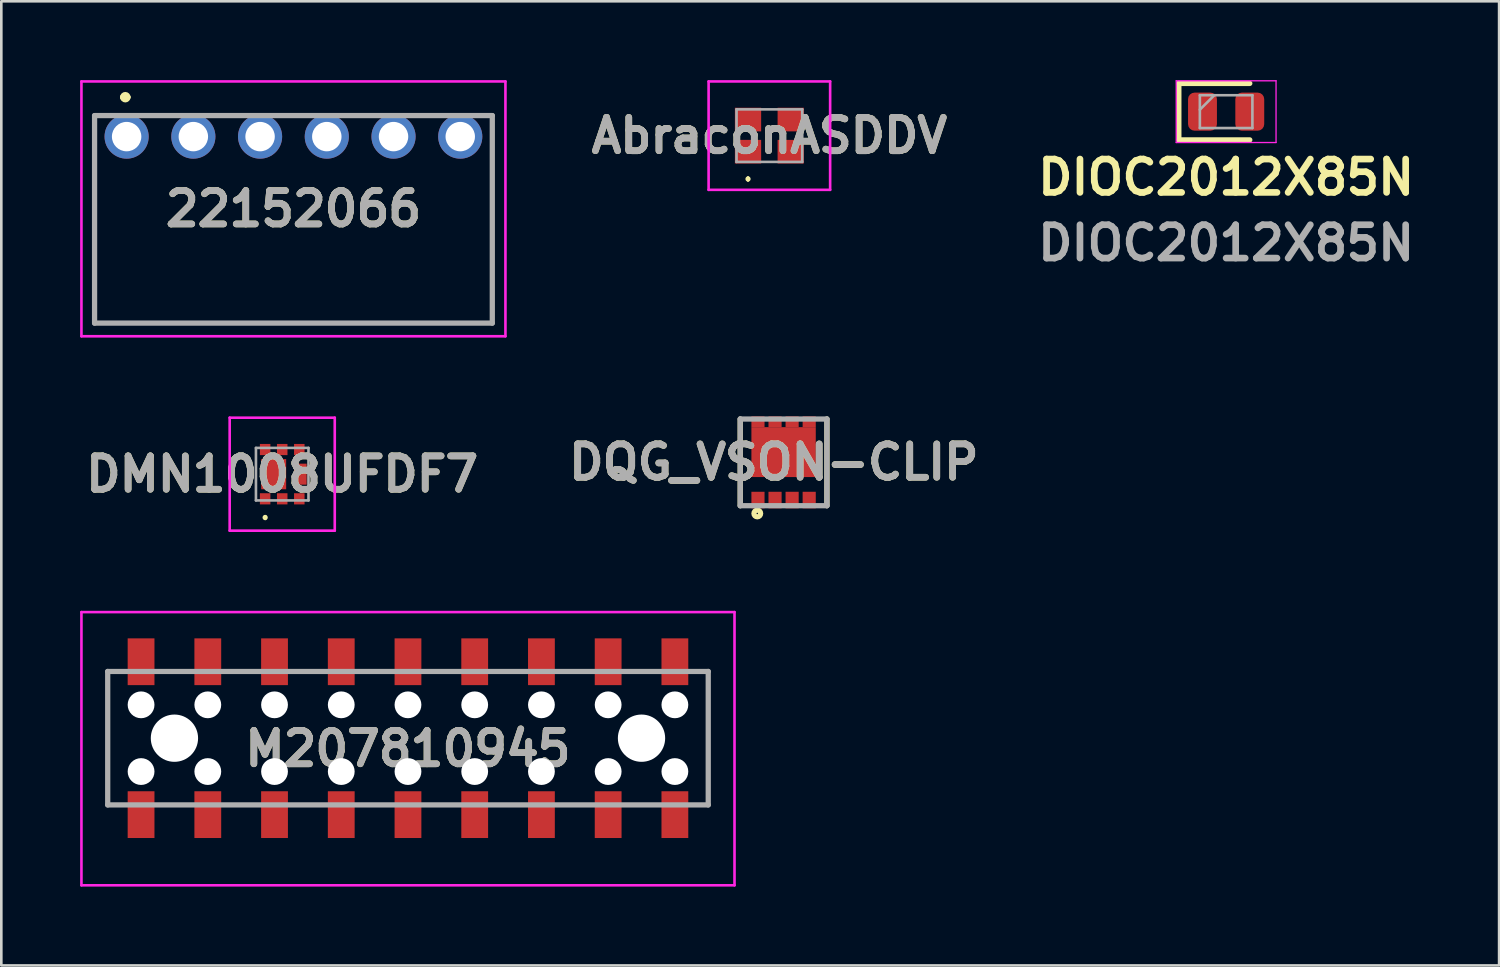
<source format=kicad_pcb>
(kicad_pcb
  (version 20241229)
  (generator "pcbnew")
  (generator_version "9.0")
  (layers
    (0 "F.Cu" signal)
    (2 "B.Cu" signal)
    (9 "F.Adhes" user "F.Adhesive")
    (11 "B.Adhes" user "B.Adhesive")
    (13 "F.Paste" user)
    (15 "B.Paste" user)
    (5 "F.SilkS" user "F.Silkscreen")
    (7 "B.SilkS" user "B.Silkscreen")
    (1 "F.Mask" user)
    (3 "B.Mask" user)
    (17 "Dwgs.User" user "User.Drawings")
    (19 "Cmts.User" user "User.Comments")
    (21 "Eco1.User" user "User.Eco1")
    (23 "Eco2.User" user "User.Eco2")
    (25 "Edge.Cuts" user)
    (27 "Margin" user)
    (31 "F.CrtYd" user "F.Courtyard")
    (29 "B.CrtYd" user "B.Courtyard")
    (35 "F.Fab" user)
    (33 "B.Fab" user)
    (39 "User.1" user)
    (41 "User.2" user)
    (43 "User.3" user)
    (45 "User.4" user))
  (footprint "DMN1008UFDF7"
    (layer "F.Cu")
    (at 7.693 15)
    (property "Reference" "DMN1008UFDF7" (at 0 0 0) (layer "F.SilkS") (effects (font (size 1.27 1.27) (thickness 0.254))))
    (attr smd)
    (fp_line (start -0.65 1.6) (end -0.65 1.6) (stroke (width 0.1) (type solid)) (layer "F.SilkS"))
    (fp_line (start -0.65 1.7) (end -0.65 1.7) (stroke (width 0.1) (type solid)) (layer "F.SilkS"))
    (fp_arc (start -0.65 1.6) (mid -0.6 1.65) (end -0.65 1.7) (stroke (width 0.1) (type solid)) (layer "F.SilkS"))
    (fp_arc (start -0.65 1.7) (mid -0.7 1.65) (end -0.65 1.6) (stroke (width 0.1) (type solid)) (layer "F.SilkS"))
    (fp_line (start -2 -2.15) (end 2 -2.15) (stroke (width 0.1) (type solid)) (layer "F.CrtYd"))
    (fp_line (start -2 2.15) (end -2 -2.15) (stroke (width 0.1) (type solid)) (layer "F.CrtYd"))
    (fp_line (start 2 -2.15) (end 2 2.15) (stroke (width 0.1) (type solid)) (layer "F.CrtYd"))
    (fp_line (start 2 2.15) (end -2 2.15) (stroke (width 0.1) (type solid)) (layer "F.CrtYd"))
    (fp_line (start -1 -1) (end 1 -1) (stroke (width 0.1) (type solid)) (layer "F.Fab"))
    (fp_line (start -1 1) (end -1 -1) (stroke (width 0.1) (type solid)) (layer "F.Fab"))
    (fp_line (start 1 -1) (end 1 1) (stroke (width 0.1) (type solid)) (layer "F.Fab"))
    (fp_line (start 1 1) (end -1 1) (stroke (width 0.1) (type solid)) (layer "F.Fab"))
    (fp_text user "${REFERENCE}" (at 0 0 0) (layer "F.Fab") (effects (font (size 1.27 1.27) (thickness 0.254))))
    (pad "1" smd rect (at -0.65 0.938) (size 0.4 0.425) (layers "F.Cu" "F.Mask" "F.Paste"))
    (pad "2" smd rect (at 0 0.938) (size 0.4 0.425) (layers "F.Cu" "F.Mask" "F.Paste"))
    (pad "3" smd rect (at 0.65 0.938) (size 0.4 0.425) (layers "F.Cu" "F.Mask" "F.Paste"))
    (pad "4" smd rect (at 0.65 -0.938) (size 0.4 0.425) (layers "F.Cu" "F.Mask" "F.Paste"))
    (pad "5" smd rect (at 0 -0.938) (size 0.4 0.425) (layers "F.Cu" "F.Mask" "F.Paste"))
    (pad "6" smd rect (at -0.65 -0.938) (size 0.4 0.425) (layers "F.Cu" "F.Mask" "F.Paste"))
    (pad "7" smd rect (at -0.325 0) (size 0.95 1.15) (layers "F.Cu" "F.Mask" "F.Paste"))
    (pad "8" smd rect (at 0.69 0) (size 0.48 0.8) (layers "F.Cu" "F.Mask" "F.Paste")))
  (footprint "DQG_VSON-CLIP"
    (layer "F.Cu")
    (at 26.778 14.55)
    (property "Reference" "DQG_VSON-CLIP" (at -0.368 -0.007 0) (layer "F.SilkS") (effects (font (size 1.27 1.27) (thickness 0.254))))
    (attr smd)
    (fp_line (start -1.65 -1.65) (end -1.65 1.65) (stroke (width 0.2) (type solid)) (layer "F.SilkS"))
    (fp_line (start 1.65 1.65) (end 1.65 -1.65) (stroke (width 0.2) (type solid)) (layer "F.SilkS"))
    (fp_circle (center -1.001 1.946) (end -1.001 1.973) (stroke (width 0.2) (type solid)) (fill no) (layer "F.SilkS"))
    (fp_line (start -1.65 -1.65) (end 1.65 -1.65) (stroke (width 0.2) (type solid)) (layer "F.Fab"))
    (fp_line (start -1.65 1.65) (end -1.65 -1.65) (stroke (width 0.2) (type solid)) (layer "F.Fab"))
    (fp_line (start 1.65 -1.65) (end 1.65 1.65) (stroke (width 0.2) (type solid)) (layer "F.Fab"))
    (fp_line (start 1.65 1.65) (end -1.65 1.65) (stroke (width 0.2) (type solid)) (layer "F.Fab"))
    (fp_text user "${REFERENCE}" (at -0.368 -0.007 0) (layer "F.Fab") (effects (font (size 1.27 1.27) (thickness 0.254))))
    (pad "1" smd rect (at -0.975 1.435) (size 0.5 0.63) (layers "F.Cu" "F.Mask" "F.Paste"))
    (pad "2" smd rect (at -0.325 1.435) (size 0.5 0.63) (layers "F.Cu" "F.Mask" "F.Paste"))
    (pad "3" smd rect (at 0.325 1.435) (size 0.5 0.63) (layers "F.Cu" "F.Mask" "F.Paste"))
    (pad "4" smd rect (at 0.975 1.435) (size 0.5 0.63) (layers "F.Cu" "F.Mask" "F.Paste"))
    (pad "5" smd rect (at 0.975 -1.545 90) (size 0.41 0.5) (layers "F.Cu" "F.Mask" "F.Paste"))
    (pad "6" smd rect (at 0.325 -1.545 90) (size 0.41 0.5) (layers "F.Cu" "F.Mask" "F.Paste"))
    (pad "7" smd rect (at -0.325 -1.545 90) (size 0.41 0.5) (layers "F.Cu" "F.Mask" "F.Paste"))
    (pad "8" smd rect (at -0.975 -1.545 90) (size 0.41 0.5) (layers "F.Cu" "F.Mask" "F.Paste"))
    (pad "9" smd rect (at 0 -0.39 90) (size 1.9 2.45) (layers "F.Cu" "F.Mask" "F.Paste")))
  (footprint "22152066"
    (layer "F.Cu")
    (at 1.77 2.15)
    (property "Reference" "22152066" (at 6.35 2.75 0) (layer "F.SilkS") (effects (font (size 1.27 1.27) (thickness 0.254))))
    (attr through_hole)
    (fp_line (start -1.22 1) (end -1.22 7.1) (stroke (width 0.1) (type solid)) (layer "F.SilkS"))
    (fp_line (start -1.22 7.1) (end 13.92 7.1) (stroke (width 0.1) (type solid)) (layer "F.SilkS"))
    (fp_line (start -0.15 -1.5) (end -0.15 -1.5) (stroke (width 0.2) (type solid)) (layer "F.SilkS"))
    (fp_line (start 0.05 -1.5) (end 0.05 -1.5) (stroke (width 0.2) (type solid)) (layer "F.SilkS"))
    (fp_line (start 6 -0.8) (end 6.6 -0.8) (stroke (width 0.1) (type solid)) (layer "F.SilkS"))
    (fp_line (start 13.92 7.1) (end 13.92 1) (stroke (width 0.1) (type solid)) (layer "F.SilkS"))
    (fp_arc (start -0.15 -1.5) (mid -0.05 -1.6) (end 0.05 -1.5) (stroke (width 0.2) (type solid)) (layer "F.SilkS"))
    (fp_arc (start 0.05 -1.5) (mid -0.05 -1.4) (end -0.15 -1.5) (stroke (width 0.2) (type solid)) (layer "F.SilkS"))
    (fp_line (start -1.72 -2.1) (end 14.42 -2.1) (stroke (width 0.1) (type solid)) (layer "F.CrtYd"))
    (fp_line (start -1.72 7.6) (end -1.72 -2.1) (stroke (width 0.1) (type solid)) (layer "F.CrtYd"))
    (fp_line (start 14.42 -2.1) (end 14.42 7.6) (stroke (width 0.1) (type solid)) (layer "F.CrtYd"))
    (fp_line (start 14.42 7.6) (end -1.72 7.6) (stroke (width 0.1) (type solid)) (layer "F.CrtYd"))
    (fp_line (start -1.22 -0.8) (end 13.92 -0.8) (stroke (width 0.2) (type solid)) (layer "F.Fab"))
    (fp_line (start -1.22 7.1) (end -1.22 -0.8) (stroke (width 0.2) (type solid)) (layer "F.Fab"))
    (fp_line (start 13.92 -0.8) (end 13.92 7.1) (stroke (width 0.2) (type solid)) (layer "F.Fab"))
    (fp_line (start 13.92 7.1) (end -1.22 7.1) (stroke (width 0.2) (type solid)) (layer "F.Fab"))
    (fp_text user "${REFERENCE}" (at 6.35 2.75 0) (layer "F.Fab") (effects (font (size 1.27 1.27) (thickness 0.254))))
    (pad "1" thru_hole circle (at 0 0) (size 1.68 1.68) (drill 1.12) (layers "*.Cu" "*.Mask"))
    (pad "2" thru_hole circle (at 2.54 0) (size 1.68 1.68) (drill 1.12) (layers "*.Cu" "*.Mask"))
    (pad "3" thru_hole circle (at 5.08 0) (size 1.68 1.68) (drill 1.12) (layers "*.Cu" "*.Mask"))
    (pad "4" thru_hole circle (at 7.62 0) (size 1.68 1.68) (drill 1.12) (layers "*.Cu" "*.Mask"))
    (pad "5" thru_hole circle (at 10.16 0) (size 1.68 1.68) (drill 1.12) (layers "*.Cu" "*.Mask"))
    (pad "6" thru_hole circle (at 12.7 0) (size 1.68 1.68) (drill 1.12) (layers "*.Cu" "*.Mask")))
  (footprint "AbraconASDDV"
    (layer "F.Cu")
    (at 26.237 2.113)
    (property "Reference" "AbraconASDDV" (at 0 0 0) (layer "F.SilkS") (effects (font (size 1.27 1.27) (thickness 0.254))))
    (attr smd)
    (fp_line (start -0.813 1.6) (end -0.813 1.6) (stroke (width 0.1) (type solid)) (layer "F.SilkS"))
    (fp_line (start -0.813 1.7) (end -0.813 1.7) (stroke (width 0.1) (type solid)) (layer "F.SilkS"))
    (fp_arc (start -0.812 1.6) (mid -0.7625 1.6505) (end -0.813 1.7) (stroke (width 0.1) (type solid)) (layer "F.SilkS"))
    (fp_arc (start -0.812 1.7) (mid -0.8625 1.6505) (end -0.813 1.6) (stroke (width 0.1) (type solid)) (layer "F.SilkS"))
    (fp_line (start -2.313 -2.063) (end 2.313 -2.063) (stroke (width 0.1) (type solid)) (layer "F.CrtYd"))
    (fp_line (start -2.313 2.063) (end -2.313 -2.063) (stroke (width 0.1) (type solid)) (layer "F.CrtYd"))
    (fp_line (start 2.313 -2.063) (end 2.313 2.063) (stroke (width 0.1) (type solid)) (layer "F.CrtYd"))
    (fp_line (start 2.313 2.063) (end -2.313 2.063) (stroke (width 0.1) (type solid)) (layer "F.CrtYd"))
    (fp_line (start -1.25 -1) (end -1.25 1) (stroke (width 0.1) (type solid)) (layer "F.Fab"))
    (fp_line (start -1.25 1) (end 1.25 1) (stroke (width 0.1) (type solid)) (layer "F.Fab"))
    (fp_line (start 1.25 -1) (end -1.25 -1) (stroke (width 0.1) (type solid)) (layer "F.Fab"))
    (fp_line (start 1.25 1) (end 1.25 -1) (stroke (width 0.1) (type solid)) (layer "F.Fab"))
    (fp_text user "${REFERENCE}" (at 0 0 0) (layer "F.Fab") (effects (font (size 1.27 1.27) (thickness 0.254))))
    (pad "1" smd rect (at -0.813 0.612 90) (size 0.9 1) (layers "F.Cu" "F.Mask" "F.Paste"))
    (pad "2" smd rect (at 0.813 0.612 90) (size 0.9 1) (layers "F.Cu" "F.Mask" "F.Paste"))
    (pad "3" smd rect (at 0.813 -0.612 90) (size 0.9 1) (layers "F.Cu" "F.Mask" "F.Paste"))
    (pad "4" smd rect (at -0.813 -0.612 90) (size 0.9 1) (layers "F.Cu" "F.Mask" "F.Paste")))
  (footprint "M207810945"
    (layer "F.Cu")
    (at 12.48 25.05)
    (property "Reference" "M207810945" (at 0 0.4 0) (layer "F.SilkS") (effects (font (size 1.27 1.27) (thickness 0.254))))
    (attr through_hole)
    (fp_line (start -11.43 -2.54) (end -11.43 2.54) (stroke (width 0.1) (type solid)) (layer "F.SilkS"))
    (fp_line (start 11.43 -2.54) (end 11.43 2.54) (stroke (width 0.1) (type solid)) (layer "F.SilkS"))
    (fp_line (start -12.43 -4.8) (end 12.43 -4.8) (stroke (width 0.1) (type solid)) (layer "F.CrtYd"))
    (fp_line (start -12.43 5.6) (end -12.43 -4.8) (stroke (width 0.1) (type solid)) (layer "F.CrtYd"))
    (fp_line (start 12.43 -4.8) (end 12.43 5.6) (stroke (width 0.1) (type solid)) (layer "F.CrtYd"))
    (fp_line (start 12.43 5.6) (end -12.43 5.6) (stroke (width 0.1) (type solid)) (layer "F.CrtYd"))
    (fp_line (start -11.43 -2.54) (end 11.43 -2.54) (stroke (width 0.2) (type solid)) (layer "F.Fab"))
    (fp_line (start -11.43 2.54) (end -11.43 -2.54) (stroke (width 0.2) (type solid)) (layer "F.Fab"))
    (fp_line (start 11.43 -2.54) (end 11.43 2.54) (stroke (width 0.2) (type solid)) (layer "F.Fab"))
    (fp_line (start 11.43 2.54) (end -11.43 2.54) (stroke (width 0.2) (type solid)) (layer "F.Fab"))
    (fp_text user "${REFERENCE}" (at 0 0.4 0) (layer "F.Fab") (effects (font (size 1.27 1.27) (thickness 0.254))))
    (pad "" np_thru_hole circle (at -10.16 -1.27) (size 1.02 1.02) (drill 1.02) (layers "*.Cu" "*.Mask"))
    (pad "" np_thru_hole circle (at -10.16 1.27) (size 1.02 1.02) (drill 1.02) (layers "*.Cu" "*.Mask"))
    (pad "" np_thru_hole circle (at -8.89 0) (size 1.8 1.8) (drill 1.8) (layers "*.Cu" "*.Mask"))
    (pad "" np_thru_hole circle (at -7.62 -1.27) (size 1.02 1.02) (drill 1.02) (layers "*.Cu" "*.Mask"))
    (pad "" np_thru_hole circle (at -7.62 1.27) (size 1.02 1.02) (drill 1.02) (layers "*.Cu" "*.Mask"))
    (pad "" np_thru_hole circle (at -5.08 -1.27) (size 1.02 1.02) (drill 1.02) (layers "*.Cu" "*.Mask"))
    (pad "" np_thru_hole circle (at -5.08 1.27) (size 1.02 1.02) (drill 1.02) (layers "*.Cu" "*.Mask"))
    (pad "" np_thru_hole circle (at -2.54 -1.27) (size 1.02 1.02) (drill 1.02) (layers "*.Cu" "*.Mask"))
    (pad "" np_thru_hole circle (at -2.54 1.27) (size 1.02 1.02) (drill 1.02) (layers "*.Cu" "*.Mask"))
    (pad "" np_thru_hole circle (at 0 -1.27) (size 1.02 1.02) (drill 1.02) (layers "*.Cu" "*.Mask"))
    (pad "" np_thru_hole circle (at 0 1.27) (size 1.02 1.02) (drill 1.02) (layers "*.Cu" "*.Mask"))
    (pad "" np_thru_hole circle (at 2.54 -1.27) (size 1.02 1.02) (drill 1.02) (layers "*.Cu" "*.Mask"))
    (pad "" np_thru_hole circle (at 2.54 1.27) (size 1.02 1.02) (drill 1.02) (layers "*.Cu" "*.Mask"))
    (pad "" np_thru_hole circle (at 5.08 -1.27) (size 1.02 1.02) (drill 1.02) (layers "*.Cu" "*.Mask"))
    (pad "" np_thru_hole circle (at 5.08 1.27) (size 1.02 1.02) (drill 1.02) (layers "*.Cu" "*.Mask"))
    (pad "" np_thru_hole circle (at 7.62 -1.27) (size 1.02 1.02) (drill 1.02) (layers "*.Cu" "*.Mask"))
    (pad "" np_thru_hole circle (at 7.62 1.27) (size 1.02 1.02) (drill 1.02) (layers "*.Cu" "*.Mask"))
    (pad "" np_thru_hole circle (at 8.89 0) (size 1.8 1.8) (drill 1.8) (layers "*.Cu" "*.Mask"))
    (pad "" np_thru_hole circle (at 10.16 -1.27) (size 1.02 1.02) (drill 1.02) (layers "*.Cu" "*.Mask"))
    (pad "" np_thru_hole circle (at 10.16 1.27) (size 1.02 1.02) (drill 1.02) (layers "*.Cu" "*.Mask"))
    (pad "1" smd rect (at -10.16 2.91) (size 1.02 1.78) (layers "F.Cu" "F.Mask" "F.Paste"))
    (pad "2" smd rect (at -10.16 -2.91) (size 1.02 1.78) (layers "F.Cu" "F.Mask" "F.Paste"))
    (pad "3" smd rect (at -7.62 2.91) (size 1.02 1.78) (layers "F.Cu" "F.Mask" "F.Paste"))
    (pad "4" smd rect (at -7.62 -2.91) (size 1.02 1.78) (layers "F.Cu" "F.Mask" "F.Paste"))
    (pad "5" smd rect (at -5.08 2.91) (size 1.02 1.78) (layers "F.Cu" "F.Mask" "F.Paste"))
    (pad "6" smd rect (at -5.08 -2.91) (size 1.02 1.78) (layers "F.Cu" "F.Mask" "F.Paste"))
    (pad "7" smd rect (at -2.54 2.91) (size 1.02 1.78) (layers "F.Cu" "F.Mask" "F.Paste"))
    (pad "8" smd rect (at -2.54 -2.91) (size 1.02 1.78) (layers "F.Cu" "F.Mask" "F.Paste"))
    (pad "9" smd rect (at 0 2.91) (size 1.02 1.78) (layers "F.Cu" "F.Mask" "F.Paste"))
    (pad "10" smd rect (at 0 -2.91) (size 1.02 1.78) (layers "F.Cu" "F.Mask" "F.Paste"))
    (pad "11" smd rect (at 2.54 2.91) (size 1.02 1.78) (layers "F.Cu" "F.Mask" "F.Paste"))
    (pad "12" smd rect (at 2.54 -2.91) (size 1.02 1.78) (layers "F.Cu" "F.Mask" "F.Paste"))
    (pad "13" smd rect (at 5.08 2.91) (size 1.02 1.78) (layers "F.Cu" "F.Mask" "F.Paste"))
    (pad "14" smd rect (at 5.08 -2.91) (size 1.02 1.78) (layers "F.Cu" "F.Mask" "F.Paste"))
    (pad "15" smd rect (at 7.62 2.91) (size 1.02 1.78) (layers "F.Cu" "F.Mask" "F.Paste"))
    (pad "16" smd rect (at 7.62 -2.91) (size 1.02 1.78) (layers "F.Cu" "F.Mask" "F.Paste"))
    (pad "17" smd rect (at 10.16 2.91) (size 1.02 1.78) (layers "F.Cu" "F.Mask" "F.Paste"))
    (pad "18" smd rect (at 10.16 -2.91) (size 1.02 1.78) (layers "F.Cu" "F.Mask" "F.Paste")))
  (footprint "DIOC2012X85N"
    (layer "F.Cu")
    (at 43.624 1.2)
    (property "Reference" "DIOC2012X85N" (at 0 2.5 0) (layer "F.SilkS") (effects (font (size 1.27 1.27) (thickness 0.254))))
    (attr smd)
    (fp_line (start -1.8 -1.075) (end -1.8 1.075) (stroke (width 0.2) (type solid)) (layer "F.SilkS"))
    (fp_line (start -1.8 1.075) (end 0.9 1.075) (stroke (width 0.2) (type solid)) (layer "F.SilkS"))
    (fp_line (start 0.9 -1.075) (end -1.8 -1.075) (stroke (width 0.2) (type solid)) (layer "F.SilkS"))
    (fp_line (start -1.9 -1.175) (end 1.9 -1.175) (stroke (width 0.05) (type solid)) (layer "F.CrtYd"))
    (fp_line (start -1.9 1.175) (end -1.9 -1.175) (stroke (width 0.05) (type solid)) (layer "F.CrtYd"))
    (fp_line (start 1.9 -1.175) (end 1.9 1.175) (stroke (width 0.05) (type solid)) (layer "F.CrtYd"))
    (fp_line (start 1.9 1.175) (end -1.9 1.175) (stroke (width 0.05) (type solid)) (layer "F.CrtYd"))
    (fp_line (start -1 -0.625) (end 1 -0.625) (stroke (width 0.1) (type solid)) (layer "F.Fab"))
    (fp_line (start -1 -0.075) (end -0.45 -0.625) (stroke (width 0.1) (type solid)) (layer "F.Fab"))
    (fp_line (start -1 0.625) (end -1 -0.625) (stroke (width 0.1) (type solid)) (layer "F.Fab"))
    (fp_line (start 1 -0.625) (end 1 0.625) (stroke (width 0.1) (type solid)) (layer "F.Fab"))
    (fp_line (start 1 0.625) (end -1 0.625) (stroke (width 0.1) (type solid)) (layer "F.Fab"))
    (fp_text user "${REFERENCE}" (at 0 5 0) (layer "F.Fab") (effects (font (size 1.27 1.27) (thickness 0.254))))
    (pad "1" smd roundrect (at -0.9 0) (size 1.1 1.45) (layers "F.Cu" "F.Mask" "F.Paste") (roundrect_rratio 0.227))
    (pad "2" smd roundrect (at 0.9 0) (size 1.1 1.45) (layers "F.Cu" "F.Mask" "F.Paste") (roundrect_rratio 0.227)))
  (gr_rect
    (start -3 -3)
    (end 54.015 33.7)
    (stroke (width 0.1) (type default))
    (fill no)
    (layer "Edge.Cuts")))
</source>
